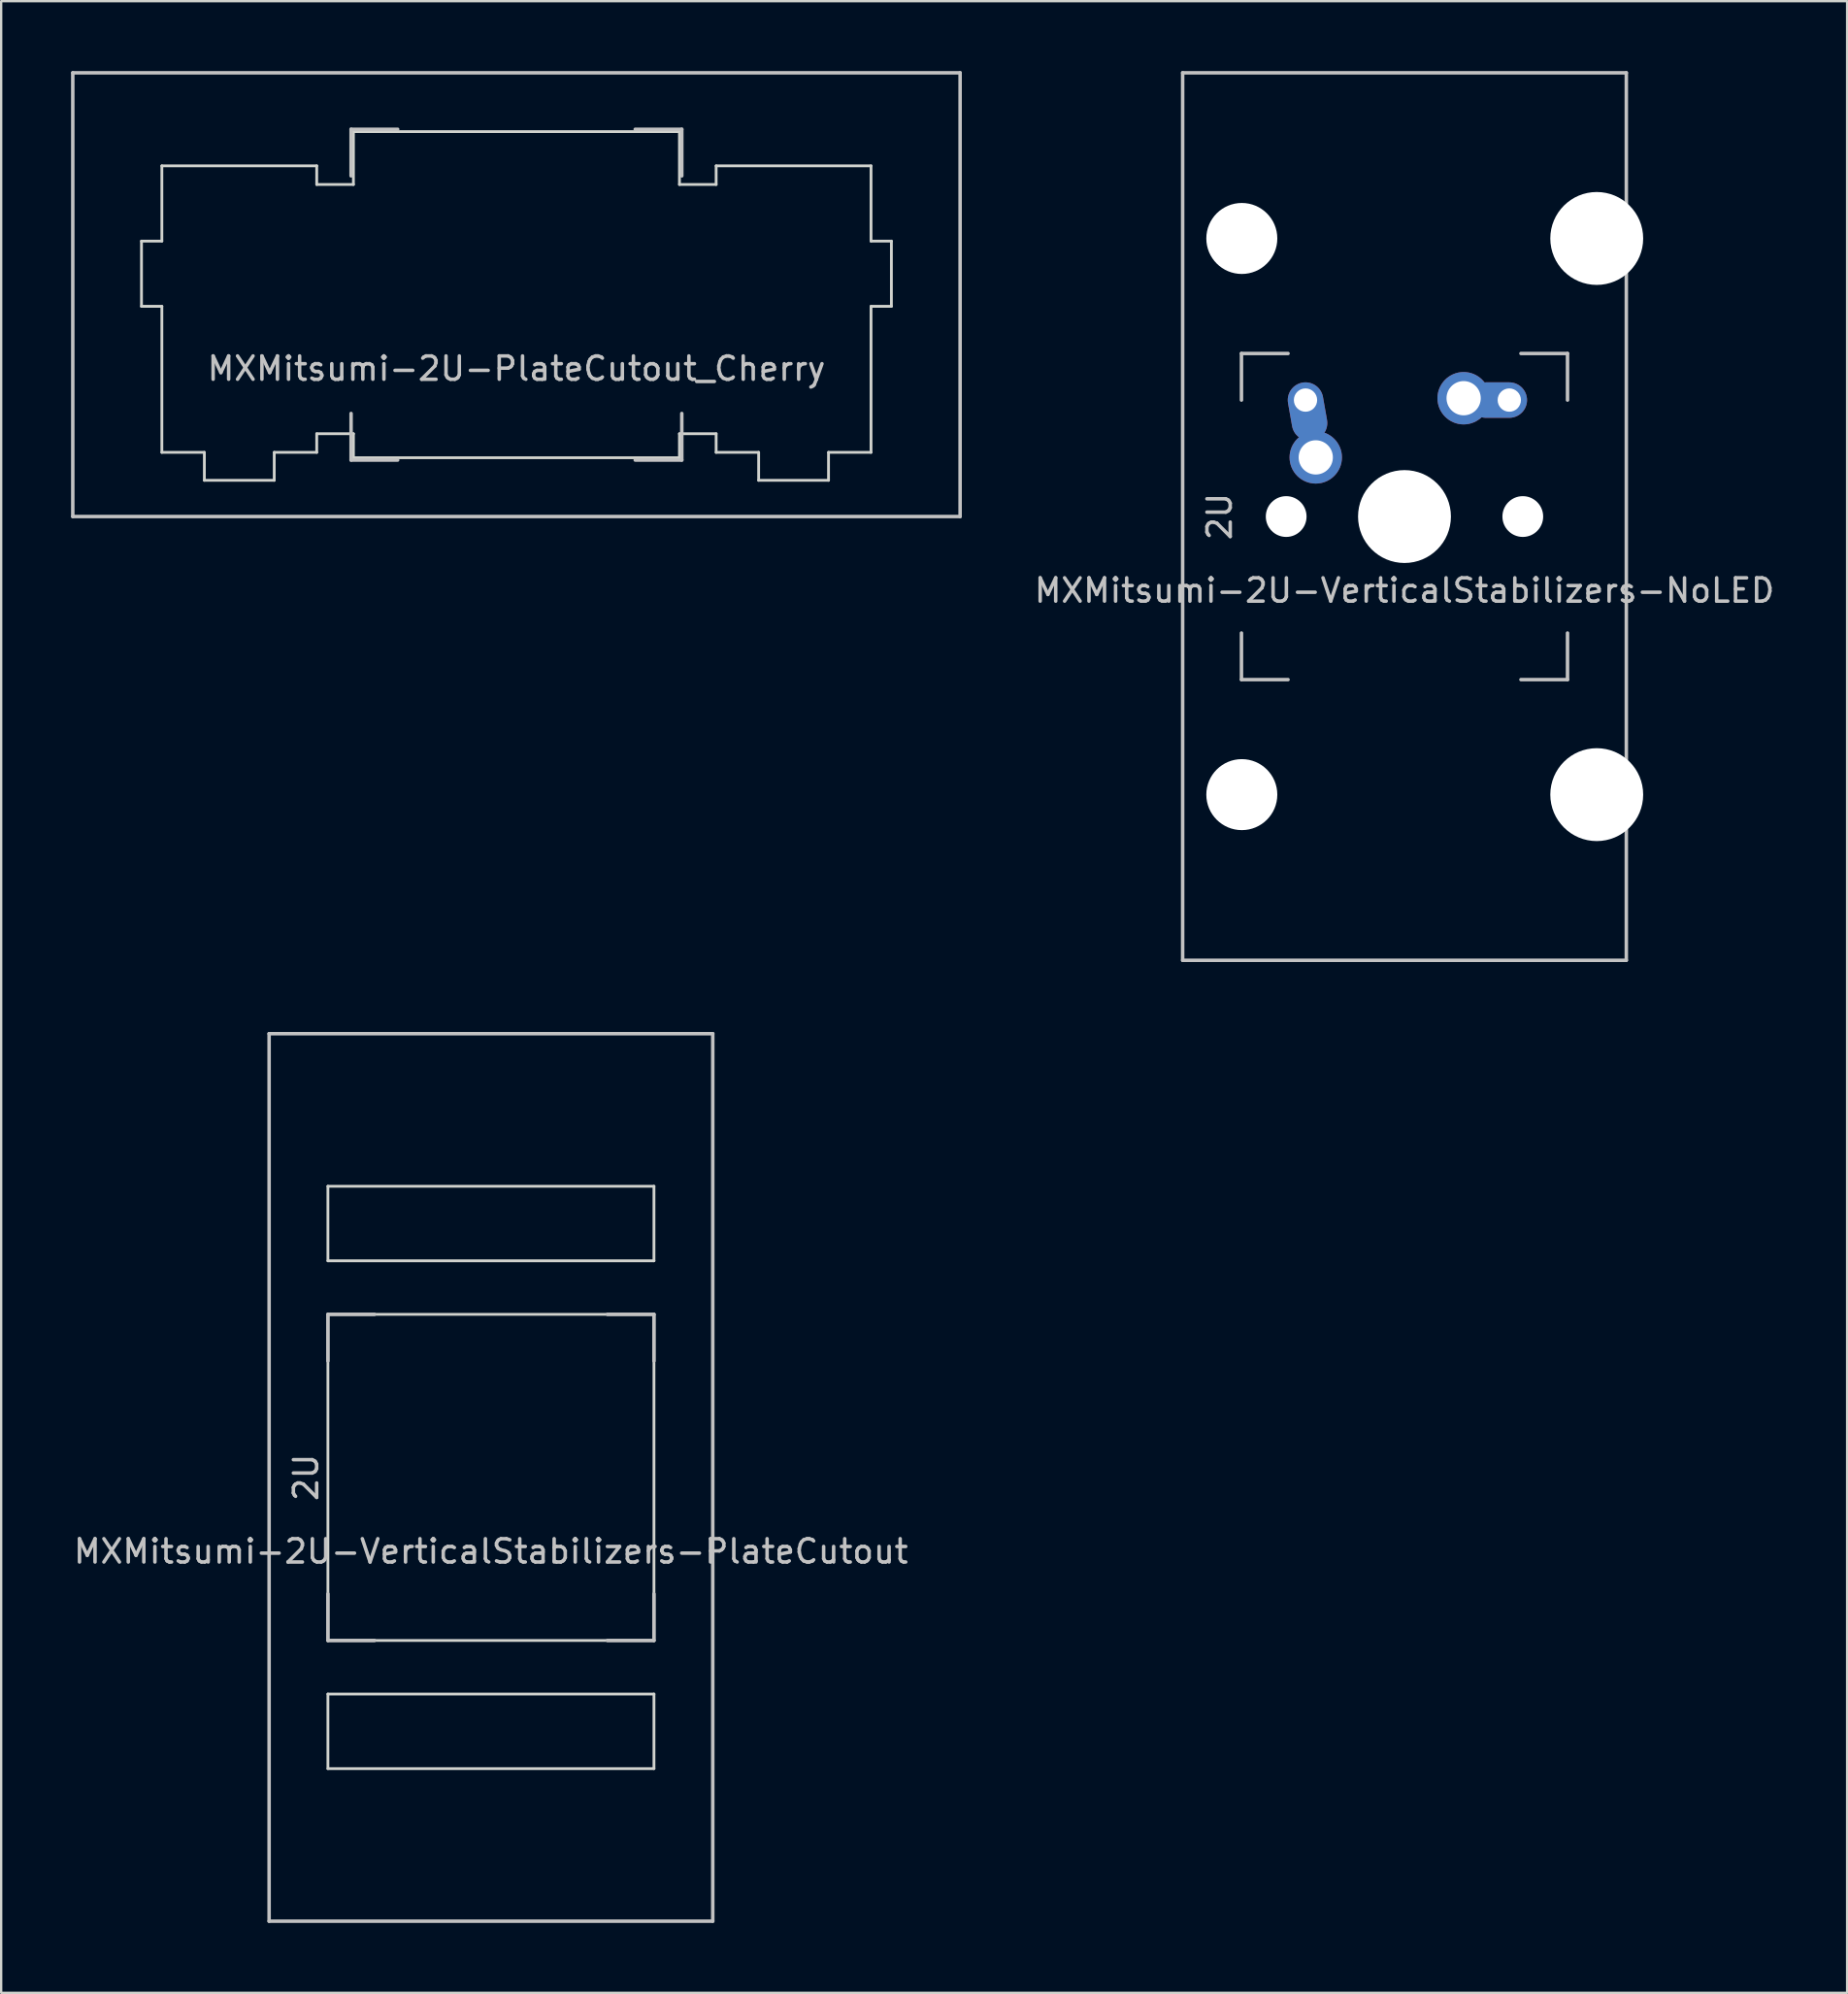
<source format=kicad_pcb>
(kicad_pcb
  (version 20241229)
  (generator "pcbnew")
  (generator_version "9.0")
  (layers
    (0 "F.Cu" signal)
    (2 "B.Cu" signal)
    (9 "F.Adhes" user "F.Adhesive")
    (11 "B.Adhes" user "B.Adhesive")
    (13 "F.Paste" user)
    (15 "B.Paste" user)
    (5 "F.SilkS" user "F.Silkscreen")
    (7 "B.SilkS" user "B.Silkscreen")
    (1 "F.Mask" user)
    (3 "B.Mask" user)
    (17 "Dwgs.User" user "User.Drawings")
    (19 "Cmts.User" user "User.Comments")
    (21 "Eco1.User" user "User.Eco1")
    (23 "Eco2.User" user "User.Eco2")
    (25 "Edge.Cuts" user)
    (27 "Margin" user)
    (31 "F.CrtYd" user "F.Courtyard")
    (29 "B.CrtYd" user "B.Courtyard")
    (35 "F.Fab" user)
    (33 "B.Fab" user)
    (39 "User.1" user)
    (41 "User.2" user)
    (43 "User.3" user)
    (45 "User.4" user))
  (footprint "MXMitsumi-2U-VerticalStabilizers-PlateCutout"
    (layer "F.Cu")
    (at 18.03 60.375)
    (property "Reference" "MXMitsumi-2U-VerticalStabilizers-PlateCutout" (at 0 3.175 0) (layer "Dwgs.User") (effects (font (size 1 1) (thickness 0.15))))
    (attr through_hole)
    (fp_line (start -9.525 -19.05) (end 9.525 -19.05) (stroke (width 0.15) (type solid)) (layer "Dwgs.User"))
    (fp_line (start -9.525 19.05) (end -9.525 -19.05) (stroke (width 0.15) (type solid)) (layer "Dwgs.User"))
    (fp_line (start -7 -7) (end -7 -5) (stroke (width 0.15) (type solid)) (layer "Dwgs.User"))
    (fp_line (start -7 5) (end -7 7) (stroke (width 0.15) (type solid)) (layer "Dwgs.User"))
    (fp_line (start -7 7) (end -5 7) (stroke (width 0.15) (type solid)) (layer "Dwgs.User"))
    (fp_line (start -5 -7) (end -7 -7) (stroke (width 0.15) (type solid)) (layer "Dwgs.User"))
    (fp_line (start 5 -7) (end 7 -7) (stroke (width 0.15) (type solid)) (layer "Dwgs.User"))
    (fp_line (start 5 7) (end 7 7) (stroke (width 0.15) (type solid)) (layer "Dwgs.User"))
    (fp_line (start 7 -7) (end 7 -5) (stroke (width 0.15) (type solid)) (layer "Dwgs.User"))
    (fp_line (start 7 7) (end 7 5) (stroke (width 0.15) (type solid)) (layer "Dwgs.User"))
    (fp_line (start 9.525 19.05) (end -9.525 19.05) (stroke (width 0.15) (type solid)) (layer "Dwgs.User"))
    (fp_line (start 9.525 19.05) (end 9.525 -19.05) (stroke (width 0.15) (type solid)) (layer "Dwgs.User"))
    (fp_line (start -7 -12.5) (end 7 -12.5) (stroke (width 0.12) (type solid)) (layer "Edge.Cuts"))
    (fp_line (start -7 -9.3) (end -7 -12.5) (stroke (width 0.12) (type solid)) (layer "Edge.Cuts"))
    (fp_line (start -7 -7) (end 7 -7) (stroke (width 0.12) (type solid)) (layer "Edge.Cuts"))
    (fp_line (start -7 7) (end -7 -7) (stroke (width 0.12) (type solid)) (layer "Edge.Cuts"))
    (fp_line (start -7 9.3) (end 7 9.3) (stroke (width 0.12) (type solid)) (layer "Edge.Cuts"))
    (fp_line (start -7 12.5) (end -7 9.3) (stroke (width 0.12) (type solid)) (layer "Edge.Cuts"))
    (fp_line (start 7 -12.5) (end 7 -9.3) (stroke (width 0.12) (type solid)) (layer "Edge.Cuts"))
    (fp_line (start 7 -9.3) (end -7 -9.3) (stroke (width 0.12) (type solid)) (layer "Edge.Cuts"))
    (fp_line (start 7 -7) (end 7 7) (stroke (width 0.12) (type solid)) (layer "Edge.Cuts"))
    (fp_line (start 7 7) (end -7 7) (stroke (width 0.12) (type solid)) (layer "Edge.Cuts"))
    (fp_line (start 7 9.3) (end 7 12.5) (stroke (width 0.12) (type solid)) (layer "Edge.Cuts"))
    (fp_line (start 7 12.5) (end -7 12.5) (stroke (width 0.12) (type solid)) (layer "Edge.Cuts"))
    (fp_text user "2U" (at -7.938 0 270) (layer "Dwgs.User") (effects (font (size 1 1) (thickness 0.15)))))
  (footprint "MXMitsumi-2U-PlateCutout_Cherry"
    (layer "F.Cu")
    (at 19.125 9.6)
    (property "Reference" "MXMitsumi-2U-PlateCutout_Cherry" (at 0 3.175 0) (layer "Dwgs.User") (effects (font (size 1 1) (thickness 0.15))))
    (attr through_hole)
    (fp_line (start -19.05 -9.525) (end 19.05 -9.525) (stroke (width 0.15) (type solid)) (layer "Dwgs.User"))
    (fp_line (start -19.05 9.525) (end -19.05 -9.525) (stroke (width 0.15) (type solid)) (layer "Dwgs.User"))
    (fp_line (start -19.05 9.525) (end 19.05 9.525) (stroke (width 0.15) (type solid)) (layer "Dwgs.User"))
    (fp_line (start -7.1 -7.1) (end -7.1 -5.1) (stroke (width 0.15) (type solid)) (layer "Dwgs.User"))
    (fp_line (start -7.1 5.1) (end -7.1 7.1) (stroke (width 0.15) (type solid)) (layer "Dwgs.User"))
    (fp_line (start -7.1 7.1) (end -5.1 7.1) (stroke (width 0.15) (type solid)) (layer "Dwgs.User"))
    (fp_line (start -5.1 -7.1) (end -7.1 -7.1) (stroke (width 0.15) (type solid)) (layer "Dwgs.User"))
    (fp_line (start 5.1 -7.1) (end 7.1 -7.1) (stroke (width 0.15) (type solid)) (layer "Dwgs.User"))
    (fp_line (start 5.1 7.1) (end 7.1 7.1) (stroke (width 0.15) (type solid)) (layer "Dwgs.User"))
    (fp_line (start 7.1 -7.1) (end 7.1 -5.1) (stroke (width 0.15) (type solid)) (layer "Dwgs.User"))
    (fp_line (start 7.1 7.1) (end 7.1 5.1) (stroke (width 0.15) (type solid)) (layer "Dwgs.User"))
    (fp_line (start 19.05 -9.525) (end 19.05 9.525) (stroke (width 0.15) (type solid)) (layer "Dwgs.User"))
    (fp_line (start -16.1 -2.3) (end -16.1 0.5) (stroke (width 0.12) (type solid)) (layer "Edge.Cuts"))
    (fp_line (start -15.225 -5.53) (end -15.225 -2.3) (stroke (width 0.12) (type solid)) (layer "Edge.Cuts"))
    (fp_line (start -15.225 -2.3) (end -16.1 -2.3) (stroke (width 0.12) (type solid)) (layer "Edge.Cuts"))
    (fp_line (start -15.225 0.5) (end -16.1 0.5) (stroke (width 0.12) (type solid)) (layer "Edge.Cuts"))
    (fp_line (start -15.225 6.77) (end -15.225 0.5) (stroke (width 0.12) (type solid)) (layer "Edge.Cuts"))
    (fp_line (start -13.4 6.77) (end -15.225 6.77) (stroke (width 0.12) (type solid)) (layer "Edge.Cuts"))
    (fp_line (start -13.4 7.97) (end -13.4 6.77) (stroke (width 0.12) (type solid)) (layer "Edge.Cuts"))
    (fp_line (start -10.4 7.97) (end -13.4 7.97) (stroke (width 0.12) (type solid)) (layer "Edge.Cuts"))
    (fp_line (start -10.4 7.97) (end -10.4 6.77) (stroke (width 0.12) (type solid)) (layer "Edge.Cuts"))
    (fp_line (start -8.575 -5.53) (end -15.225 -5.53) (stroke (width 0.12) (type solid)) (layer "Edge.Cuts"))
    (fp_line (start -8.575 -4.73) (end -8.575 -5.53) (stroke (width 0.12) (type solid)) (layer "Edge.Cuts"))
    (fp_line (start -8.575 5.97) (end -7 5.97) (stroke (width 0.12) (type solid)) (layer "Edge.Cuts"))
    (fp_line (start -8.575 6.77) (end -10.4 6.77) (stroke (width 0.12) (type solid)) (layer "Edge.Cuts"))
    (fp_line (start -8.575 6.77) (end -8.575 5.97) (stroke (width 0.12) (type solid)) (layer "Edge.Cuts"))
    (fp_line (start -7 -7) (end 7 -7) (stroke (width 0.12) (type solid)) (layer "Edge.Cuts"))
    (fp_line (start -7 -4.73) (end -8.575 -4.73) (stroke (width 0.12) (type solid)) (layer "Edge.Cuts"))
    (fp_line (start -7 -4.73) (end -7 -7) (stroke (width 0.12) (type solid)) (layer "Edge.Cuts"))
    (fp_line (start -7 5.97) (end -7 7) (stroke (width 0.12) (type solid)) (layer "Edge.Cuts"))
    (fp_line (start 7 -4.73) (end 7 -7) (stroke (width 0.12) (type solid)) (layer "Edge.Cuts"))
    (fp_line (start 7 5.97) (end 7 7) (stroke (width 0.12) (type solid)) (layer "Edge.Cuts"))
    (fp_line (start 7 7) (end -7 7) (stroke (width 0.12) (type solid)) (layer "Edge.Cuts"))
    (fp_line (start 8.575 -5.53) (end 15.225 -5.53) (stroke (width 0.12) (type solid)) (layer "Edge.Cuts"))
    (fp_line (start 8.575 -4.73) (end 7 -4.73) (stroke (width 0.12) (type solid)) (layer "Edge.Cuts"))
    (fp_line (start 8.575 -4.73) (end 8.575 -5.53) (stroke (width 0.12) (type solid)) (layer "Edge.Cuts"))
    (fp_line (start 8.575 5.97) (end 7 5.97) (stroke (width 0.12) (type solid)) (layer "Edge.Cuts"))
    (fp_line (start 8.575 6.77) (end 8.575 5.97) (stroke (width 0.12) (type solid)) (layer "Edge.Cuts"))
    (fp_line (start 10.4 6.77) (end 8.575 6.77) (stroke (width 0.12) (type solid)) (layer "Edge.Cuts"))
    (fp_line (start 10.4 7.97) (end 10.4 6.77) (stroke (width 0.12) (type solid)) (layer "Edge.Cuts"))
    (fp_line (start 10.4 7.97) (end 13.4 7.97) (stroke (width 0.12) (type solid)) (layer "Edge.Cuts"))
    (fp_line (start 13.4 7.97) (end 13.4 6.77) (stroke (width 0.12) (type solid)) (layer "Edge.Cuts"))
    (fp_line (start 15.225 -5.53) (end 15.225 -2.3) (stroke (width 0.12) (type solid)) (layer "Edge.Cuts"))
    (fp_line (start 15.225 -2.3) (end 16.1 -2.3) (stroke (width 0.12) (type solid)) (layer "Edge.Cuts"))
    (fp_line (start 15.225 0.5) (end 16.1 0.5) (stroke (width 0.12) (type solid)) (layer "Edge.Cuts"))
    (fp_line (start 15.225 6.77) (end 13.4 6.77) (stroke (width 0.12) (type solid)) (layer "Edge.Cuts"))
    (fp_line (start 15.225 6.77) (end 15.225 0.5) (stroke (width 0.12) (type solid)) (layer "Edge.Cuts"))
    (fp_line (start 16.1 -2.3) (end 16.1 0.5) (stroke (width 0.12) (type solid)) (layer "Edge.Cuts")))
  (footprint "MXMitsumi-2U-VerticalStabilizers-NoLED"
    (layer "F.Cu")
    (at 57.256 19.125)
    (property "Reference" "MXMitsumi-2U-VerticalStabilizers-NoLED" (at 0 3.175 0) (layer "Dwgs.User") (effects (font (size 1 1) (thickness 0.15))))
    (attr through_hole)
    (fp_line (start -9.525 -19.05) (end 9.525 -19.05) (stroke (width 0.15) (type solid)) (layer "Dwgs.User"))
    (fp_line (start -9.525 19.05) (end -9.525 -19.05) (stroke (width 0.15) (type solid)) (layer "Dwgs.User"))
    (fp_line (start -7 -7) (end -7 -5) (stroke (width 0.15) (type solid)) (layer "Dwgs.User"))
    (fp_line (start -7 5) (end -7 7) (stroke (width 0.15) (type solid)) (layer "Dwgs.User"))
    (fp_line (start -7 7) (end -5 7) (stroke (width 0.15) (type solid)) (layer "Dwgs.User"))
    (fp_line (start -5 -7) (end -7 -7) (stroke (width 0.15) (type solid)) (layer "Dwgs.User"))
    (fp_line (start 5 -7) (end 7 -7) (stroke (width 0.15) (type solid)) (layer "Dwgs.User"))
    (fp_line (start 5 7) (end 7 7) (stroke (width 0.15) (type solid)) (layer "Dwgs.User"))
    (fp_line (start 7 -7) (end 7 -5) (stroke (width 0.15) (type solid)) (layer "Dwgs.User"))
    (fp_line (start 7 7) (end 7 5) (stroke (width 0.15) (type solid)) (layer "Dwgs.User"))
    (fp_line (start 9.525 19.05) (end -9.525 19.05) (stroke (width 0.15) (type solid)) (layer "Dwgs.User"))
    (fp_line (start 9.525 19.05) (end 9.525 -19.05) (stroke (width 0.15) (type solid)) (layer "Dwgs.User"))
    (fp_text user "2U" (at -7.938 0 270) (layer "Dwgs.User") (effects (font (size 1 1) (thickness 0.15))))
    (pad "" np_thru_hole circle (at -6.985 -11.938 180) (size 3.048 3.048) (drill 3.048) (layers "*.Cu" "*.Mask"))
    (pad "" np_thru_hole circle (at -6.985 11.938 90) (size 3.048 3.048) (drill 3.048) (layers "*.Cu" "*.Mask"))
    (pad "" np_thru_hole circle (at -5.08 0 48.1) (size 1.75 1.75) (drill 1.75) (layers "*.Cu" "*.Mask"))
    (pad "" np_thru_hole circle (at 0 0) (size 3.988 3.988) (drill 3.988) (layers "*.Cu" "*.Mask"))
    (pad "" np_thru_hole circle (at 5.08 0 48.1) (size 1.75 1.75) (drill 1.75) (layers "*.Cu" "*.Mask"))
    (pad "" np_thru_hole circle (at 8.255 -11.938 90) (size 3.988 3.988) (drill 3.988) (layers "*.Cu" "*.Mask"))
    (pad "" np_thru_hole circle (at 8.255 11.938 90) (size 3.988 3.988) (drill 3.988) (layers "*.Cu" "*.Mask"))
    (pad "1" thru_hole oval (at -4.25 -5 280) (size 2.524 1.524) (drill 1 (offset 0.5 0)) (layers "*.Cu" "B.Mask"))
    (pad "1" thru_hole circle (at -3.81 -2.54) (size 2.25 2.25) (drill 1.47) (layers "*.Cu" "B.Mask"))
    (pad "2" thru_hole circle (at 2.54 -5.08) (size 2.25 2.25) (drill 1.47) (layers "*.Cu" "B.Mask"))
    (pad "2" thru_hole oval (at 4.5 -5) (size 2.524 1.524) (drill 1 (offset -0.5 0)) (layers "*.Cu" "B.Mask")))
  (gr_rect
    (start -3 -3)
    (end 76.262 82.5)
    (stroke (width 0.1) (type default))
    (fill no)
    (layer "Edge.Cuts")))
</source>
